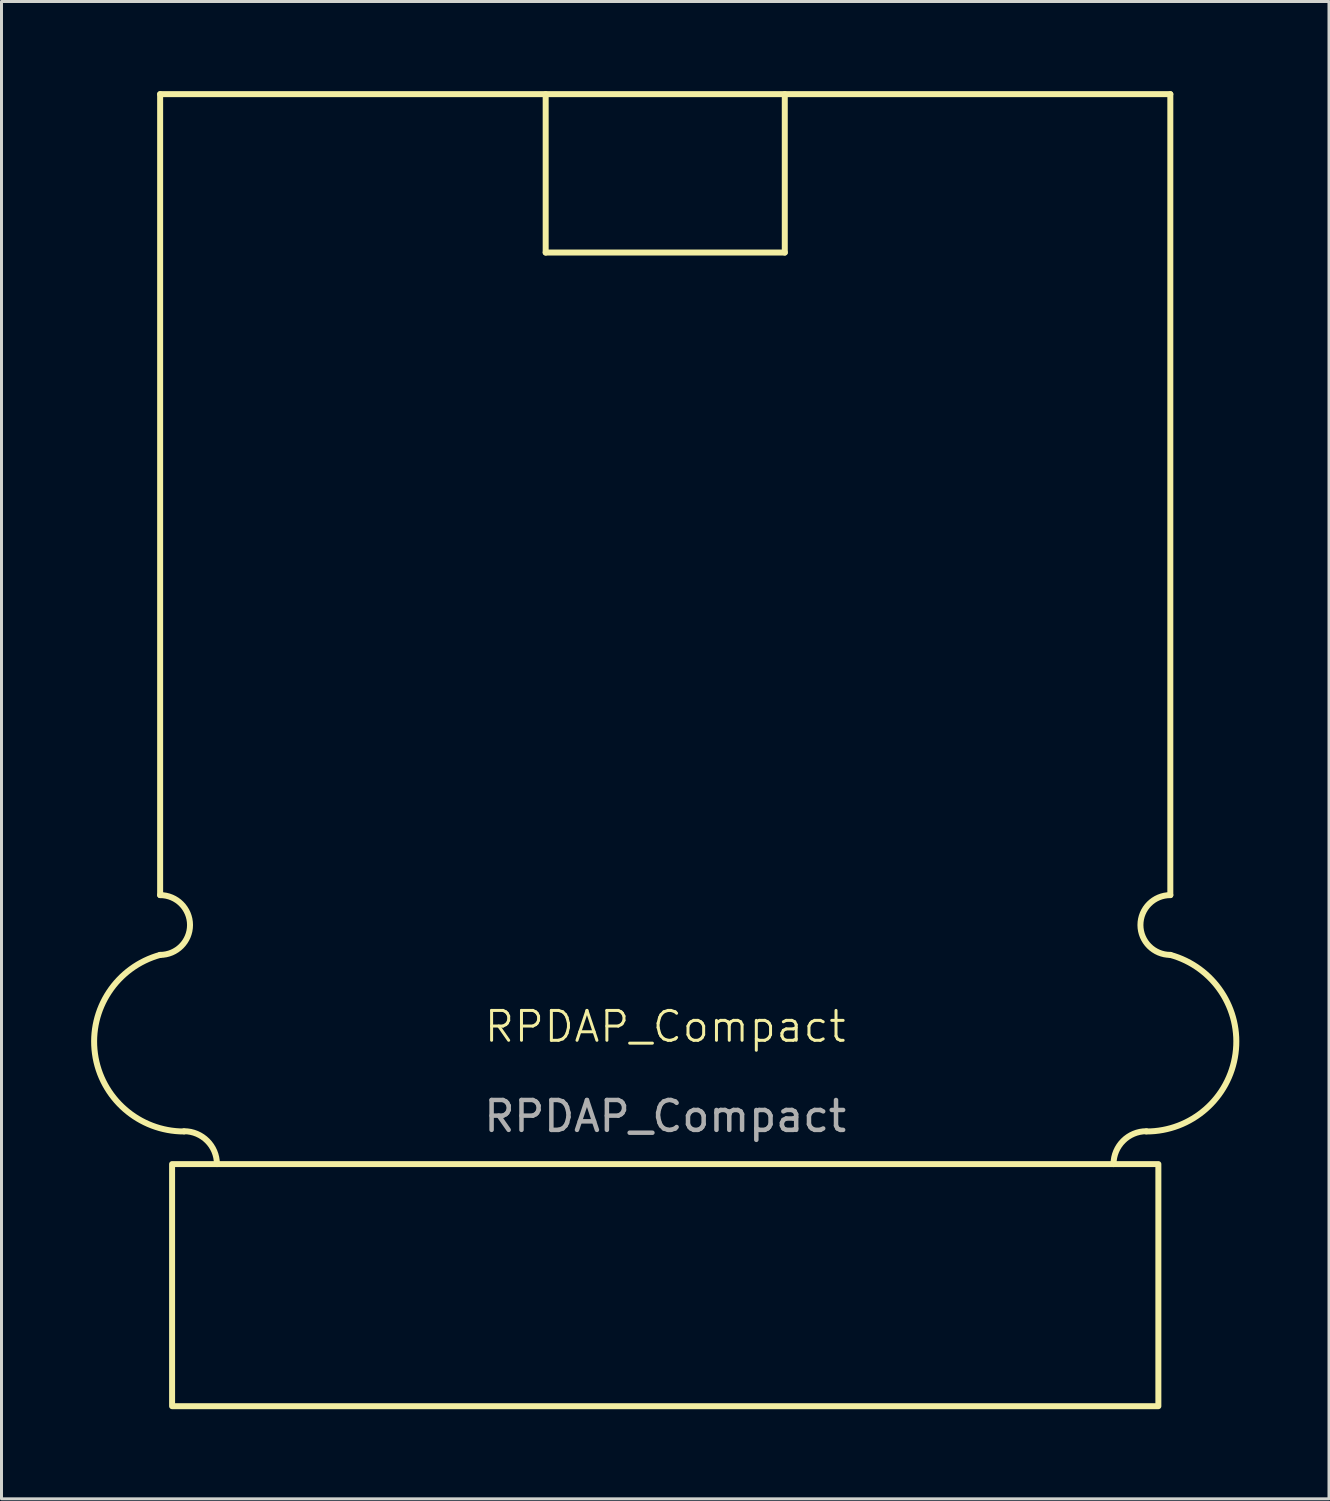
<source format=kicad_pcb>
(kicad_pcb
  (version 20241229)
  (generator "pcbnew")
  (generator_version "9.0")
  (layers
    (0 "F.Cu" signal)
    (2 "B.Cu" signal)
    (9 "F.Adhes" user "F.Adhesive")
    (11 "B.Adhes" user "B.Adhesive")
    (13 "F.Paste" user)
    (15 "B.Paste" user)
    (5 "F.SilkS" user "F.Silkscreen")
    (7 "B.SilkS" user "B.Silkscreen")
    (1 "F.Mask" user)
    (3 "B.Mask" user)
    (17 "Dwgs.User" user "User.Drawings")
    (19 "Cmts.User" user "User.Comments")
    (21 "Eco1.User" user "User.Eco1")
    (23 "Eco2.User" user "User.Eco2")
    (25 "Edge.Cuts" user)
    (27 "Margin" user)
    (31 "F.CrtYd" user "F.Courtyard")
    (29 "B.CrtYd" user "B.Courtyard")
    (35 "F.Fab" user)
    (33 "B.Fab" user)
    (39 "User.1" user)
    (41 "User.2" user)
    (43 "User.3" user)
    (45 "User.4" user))
  (footprint "RPDAP_Compact"
    (layer "F.Cu")
    (at 19.208 35.9)
    (property "Reference" "RPDAP_Compact" (at 0 -4.6 0) (unlocked yes) (layer "F.SilkS") (effects (font (size 1 1) (thickness 0.1))))
    (attr smd)
    (fp_line (start -16.9 -35.8) (end 16.9 -35.8) (stroke (width 0.2) (type solid)) (layer "F.SilkS"))
    (fp_line (start -16.9 -9) (end -16.9 -35.8) (stroke (width 0.2) (type solid)) (layer "F.SilkS"))
    (fp_line (start -4 -30.5) (end -4 -35.8) (stroke (width 0.2) (type solid)) (layer "F.SilkS"))
    (fp_line (start -4 -30.5) (end 4 -30.5) (stroke (width 0.2) (type solid)) (layer "F.SilkS"))
    (fp_line (start 4 -30.5) (end 4 -35.8) (stroke (width 0.2) (type solid)) (layer "F.SilkS"))
    (fp_line (start 16.9 -35.8) (end 16.9 -9) (stroke (width 0.2) (type solid)) (layer "F.SilkS"))
    (fp_rect (start -16.5 0.000002) (end 16.5 8.1) (stroke (width 0.2) (type solid)) (fill no) (layer "F.SilkS"))
    (fp_arc (start -16.9 -9) (mid -15.9 -8) (end -16.9 -7) (stroke (width 0.2) (type solid)) (layer "F.SilkS"))
    (fp_arc (start -16.1 -1.1) (mid -15.322183 -0.777817) (end -15 0) (stroke (width 0.2) (type solid)) (layer "F.SilkS"))
    (fp_arc (start -16.1 -1.091678) (mid -19.081119 -3.69635) (end -16.9 -7) (stroke (width 0.2) (type solid)) (layer "F.SilkS"))
    (fp_arc (start 14.999999 0) (mid 15.322182 -0.777817) (end 16.099999 -1.1) (stroke (width 0.2) (type solid)) (layer "F.SilkS"))
    (fp_arc (start 16.899999 -7) (mid 19.081118 -3.69635) (end 16.099999 -1.091678) (stroke (width 0.2) (type solid)) (layer "F.SilkS"))
    (fp_arc (start 16.899999 -7) (mid 15.899999 -8) (end 16.899999 -9) (stroke (width 0.2) (type solid)) (layer "F.SilkS"))
    (fp_circle (center -16.1 -4.1) (end -14.6 -4.1) (stroke (width 0.2) (type solid)) (fill no) (layer "User.1"))
    (fp_circle (center 16.1 -4.1) (end 17.6 -4.1) (stroke (width 0.2) (type solid)) (fill no) (layer "User.1"))
    (fp_text user "${REFERENCE}" (at 0 -1.6 0) (unlocked yes) (layer "F.Fab") (effects (font (size 1 1) (thickness 0.15)))))
  (gr_rect
    (start -3 -3)
    (end 41.417 47.1)
    (stroke (width 0.1) (type default))
    (fill no)
    (layer "Edge.Cuts")))
</source>
